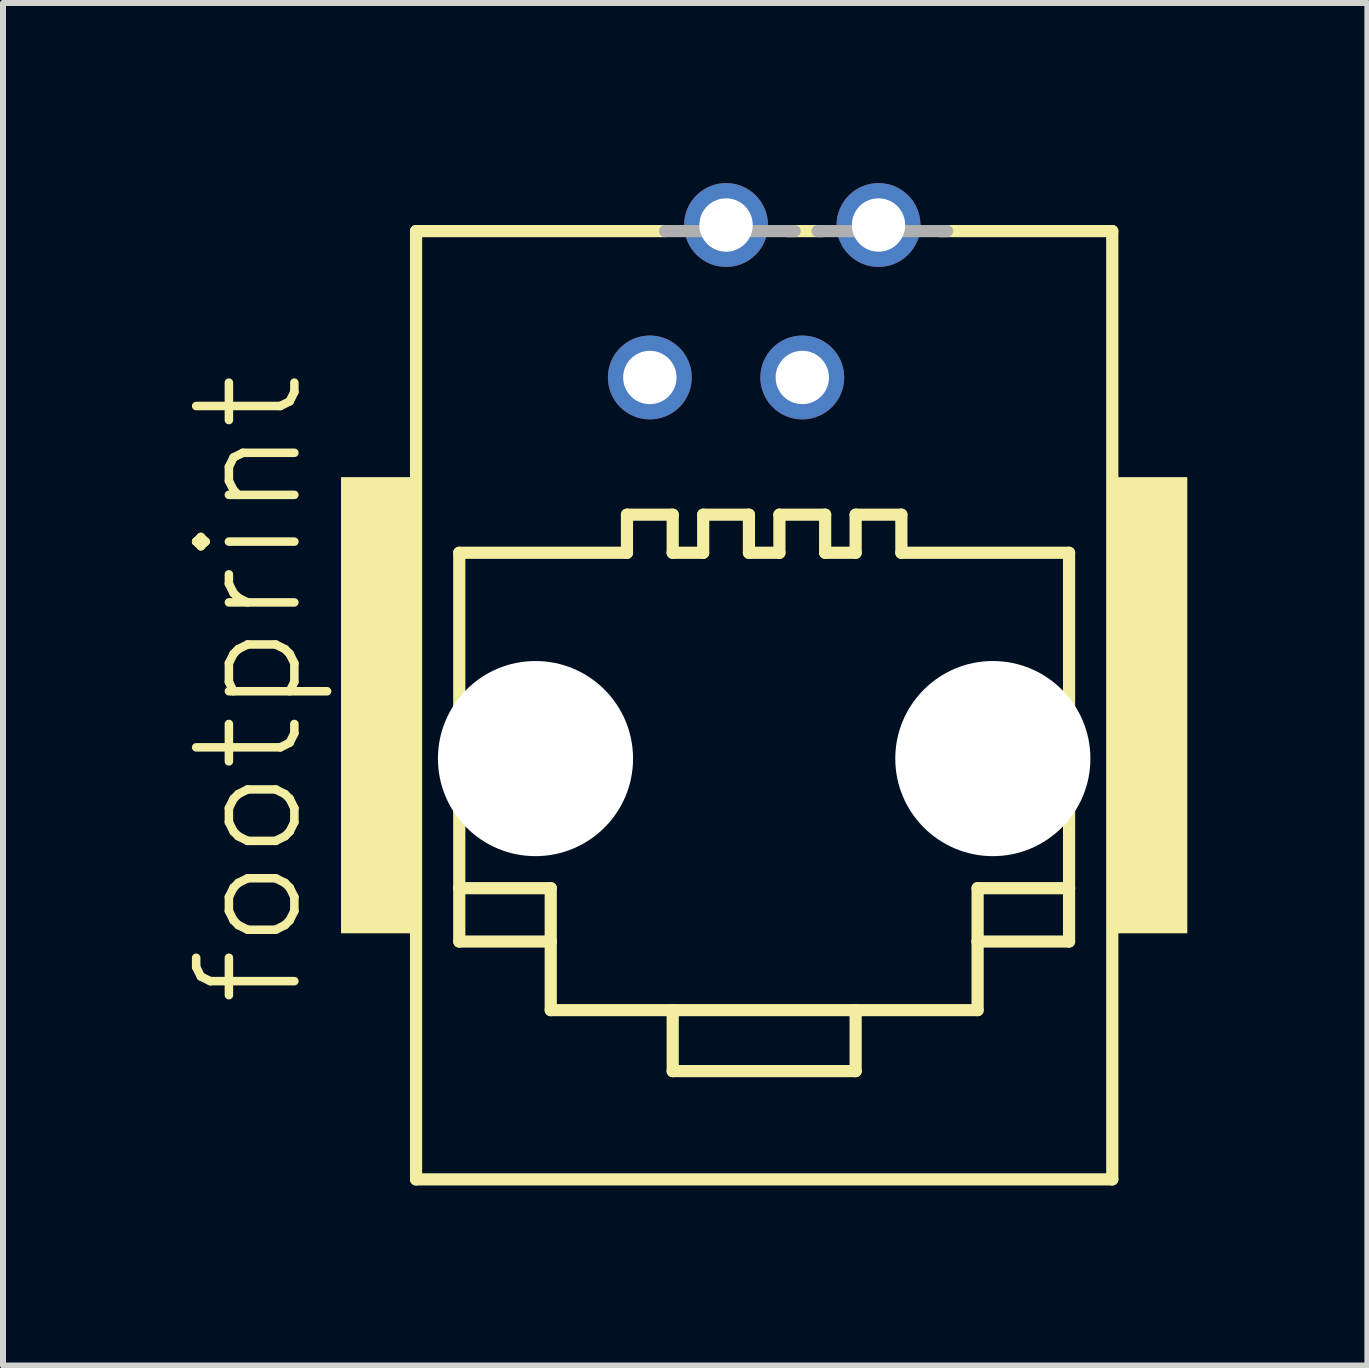
<source format=kicad_pcb>
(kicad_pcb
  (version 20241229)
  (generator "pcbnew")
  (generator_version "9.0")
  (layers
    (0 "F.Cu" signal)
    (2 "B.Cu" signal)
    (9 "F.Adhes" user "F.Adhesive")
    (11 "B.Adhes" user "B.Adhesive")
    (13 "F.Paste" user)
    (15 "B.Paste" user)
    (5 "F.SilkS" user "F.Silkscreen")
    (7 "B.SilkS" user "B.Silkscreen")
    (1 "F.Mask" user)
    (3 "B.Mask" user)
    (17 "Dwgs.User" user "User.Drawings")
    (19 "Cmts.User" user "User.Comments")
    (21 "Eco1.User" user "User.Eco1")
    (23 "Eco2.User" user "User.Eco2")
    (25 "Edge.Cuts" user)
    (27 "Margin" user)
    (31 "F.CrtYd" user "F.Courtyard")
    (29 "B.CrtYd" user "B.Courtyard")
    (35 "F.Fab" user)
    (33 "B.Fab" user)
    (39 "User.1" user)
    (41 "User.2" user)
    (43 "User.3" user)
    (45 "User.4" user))
  (footprint "footprint"
    (layer "F.Cu")
    (at 9.682 8.7)
    (property "Reference" "footprint" (at -7.62 5.08 90) (layer "F.SilkS") (effects (font (size 1.636 1.636) (thickness 0.142)) (justify left bottom)))
    (fp_line (start -5.8 -7.9) (end -5.8 7.9) (stroke (width 0.203) (type solid)) (layer "F.SilkS"))
    (fp_line (start -5.8 7.9) (end 5.8 7.9) (stroke (width 0.203) (type solid)) (layer "F.SilkS"))
    (fp_line (start -5.08 -2.54) (end -5.08 3.048) (stroke (width 0.203) (type solid)) (layer "F.SilkS"))
    (fp_line (start -5.08 3.048) (end -5.08 3.937) (stroke (width 0.203) (type solid)) (layer "F.SilkS"))
    (fp_line (start -5.08 3.048) (end -3.556 3.048) (stroke (width 0.203) (type solid)) (layer "F.SilkS"))
    (fp_line (start -5.08 3.937) (end -3.556 3.937) (stroke (width 0.203) (type solid)) (layer "F.SilkS"))
    (fp_line (start -3.556 3.048) (end -3.556 3.937) (stroke (width 0.203) (type solid)) (layer "F.SilkS"))
    (fp_line (start -3.556 3.937) (end -3.556 5.08) (stroke (width 0.203) (type solid)) (layer "F.SilkS"))
    (fp_line (start -3.556 5.08) (end -1.524 5.08) (stroke (width 0.203) (type solid)) (layer "F.SilkS"))
    (fp_line (start -2.286 -3.175) (end -2.286 -2.54) (stroke (width 0.203) (type solid)) (layer "F.SilkS"))
    (fp_line (start -2.286 -3.175) (end -1.524 -3.175) (stroke (width 0.203) (type solid)) (layer "F.SilkS"))
    (fp_line (start -2.286 -2.54) (end -5.08 -2.54) (stroke (width 0.203) (type solid)) (layer "F.SilkS"))
    (fp_line (start -1.651 -7.9) (end -5.8 -7.9) (stroke (width 0.203) (type solid)) (layer "F.SilkS"))
    (fp_line (start -1.524 -3.175) (end -1.524 -2.54) (stroke (width 0.203) (type solid)) (layer "F.SilkS"))
    (fp_line (start -1.524 5.08) (end -1.524 6.096) (stroke (width 0.203) (type solid)) (layer "F.SilkS"))
    (fp_line (start -1.524 5.08) (end 1.524 5.08) (stroke (width 0.203) (type solid)) (layer "F.SilkS"))
    (fp_line (start -1.524 6.096) (end 1.524 6.096) (stroke (width 0.203) (type solid)) (layer "F.SilkS"))
    (fp_line (start -1.016 -3.175) (end -1.016 -2.54) (stroke (width 0.203) (type solid)) (layer "F.SilkS"))
    (fp_line (start -1.016 -3.175) (end -0.254 -3.175) (stroke (width 0.203) (type solid)) (layer "F.SilkS"))
    (fp_line (start -1.016 -2.54) (end -1.524 -2.54) (stroke (width 0.203) (type solid)) (layer "F.SilkS"))
    (fp_line (start -0.254 -3.175) (end -0.254 -2.54) (stroke (width 0.203) (type solid)) (layer "F.SilkS"))
    (fp_line (start 0.254 -3.175) (end 0.254 -2.54) (stroke (width 0.203) (type solid)) (layer "F.SilkS"))
    (fp_line (start 0.254 -3.175) (end 1.016 -3.175) (stroke (width 0.203) (type solid)) (layer "F.SilkS"))
    (fp_line (start 0.254 -2.54) (end -0.254 -2.54) (stroke (width 0.203) (type solid)) (layer "F.SilkS"))
    (fp_line (start 0.974 -7.9) (end 0.381 -7.9) (stroke (width 0.203) (type solid)) (layer "F.SilkS"))
    (fp_line (start 1.016 -3.175) (end 1.016 -2.54) (stroke (width 0.203) (type solid)) (layer "F.SilkS"))
    (fp_line (start 1.524 -3.175) (end 1.524 -2.54) (stroke (width 0.203) (type solid)) (layer "F.SilkS"))
    (fp_line (start 1.524 -3.175) (end 2.286 -3.175) (stroke (width 0.203) (type solid)) (layer "F.SilkS"))
    (fp_line (start 1.524 -2.54) (end 1.016 -2.54) (stroke (width 0.203) (type solid)) (layer "F.SilkS"))
    (fp_line (start 1.524 5.08) (end 3.556 5.08) (stroke (width 0.203) (type solid)) (layer "F.SilkS"))
    (fp_line (start 1.524 6.096) (end 1.524 5.08) (stroke (width 0.203) (type solid)) (layer "F.SilkS"))
    (fp_line (start 2.286 -3.175) (end 2.286 -2.54) (stroke (width 0.203) (type solid)) (layer "F.SilkS"))
    (fp_line (start 3.556 3.048) (end 3.556 3.937) (stroke (width 0.203) (type solid)) (layer "F.SilkS"))
    (fp_line (start 3.556 3.937) (end 3.556 5.08) (stroke (width 0.203) (type solid)) (layer "F.SilkS"))
    (fp_line (start 5.08 -2.54) (end 2.286 -2.54) (stroke (width 0.203) (type solid)) (layer "F.SilkS"))
    (fp_line (start 5.08 3.048) (end 3.556 3.048) (stroke (width 0.203) (type solid)) (layer "F.SilkS"))
    (fp_line (start 5.08 3.048) (end 5.08 -2.54) (stroke (width 0.203) (type solid)) (layer "F.SilkS"))
    (fp_line (start 5.08 3.937) (end 3.556 3.937) (stroke (width 0.203) (type solid)) (layer "F.SilkS"))
    (fp_line (start 5.08 3.937) (end 5.08 3.048) (stroke (width 0.203) (type solid)) (layer "F.SilkS"))
    (fp_line (start 5.8 -7.9) (end 2.921 -7.9) (stroke (width 0.203) (type solid)) (layer "F.SilkS"))
    (fp_line (start 5.8 7.9) (end 5.8 -7.9) (stroke (width 0.203) (type solid)) (layer "F.SilkS"))
    (fp_poly (pts (xy -7.05 3.8) (xy -5.75 3.8) (xy -5.75 -3.8) (xy -7.05 -3.8)) (stroke (width 0) (type solid)) (fill yes) (layer "F.SilkS"))
    (fp_poly (pts (xy 5.75 3.8) (xy 7.05 3.8) (xy 7.05 -3.8) (xy 5.75 -3.8)) (stroke (width 0) (type solid)) (fill yes) (layer "F.SilkS"))
    (fp_line (start 0.508 -7.9) (end -1.651 -7.9) (stroke (width 0.203) (type solid)) (layer "F.Fab"))
    (fp_line (start 3.048 -7.9) (end 0.889 -7.9) (stroke (width 0.203) (type solid)) (layer "F.Fab"))
    (pad "" np_thru_hole circle (at -3.81 0.889) (size 3.251 3.251) (drill 3.251) (layers "*.Cu" "*.Mask"))
    (pad "" np_thru_hole circle (at 3.81 0.889) (size 3.251 3.251) (drill 3.251) (layers "*.Cu" "*.Mask"))
    (pad "1" thru_hole circle (at -1.905 -5.461) (size 1.397 1.397) (drill 0.889) (layers "*.Cu" "*.Mask"))
    (pad "2" thru_hole circle (at -0.635 -8.001) (size 1.397 1.397) (drill 0.889) (layers "*.Cu" "*.Mask"))
    (pad "3" thru_hole circle (at 0.635 -5.461) (size 1.397 1.397) (drill 0.889) (layers "*.Cu" "*.Mask"))
    (pad "4" thru_hole circle (at 1.905 -8.001) (size 1.397 1.397) (drill 0.889) (layers "*.Cu" "*.Mask")))
  (gr_rect
    (start -3 -3)
    (end 19.732 19.701)
    (stroke (width 0.1) (type default))
    (fill no)
    (layer "Edge.Cuts")))
</source>
